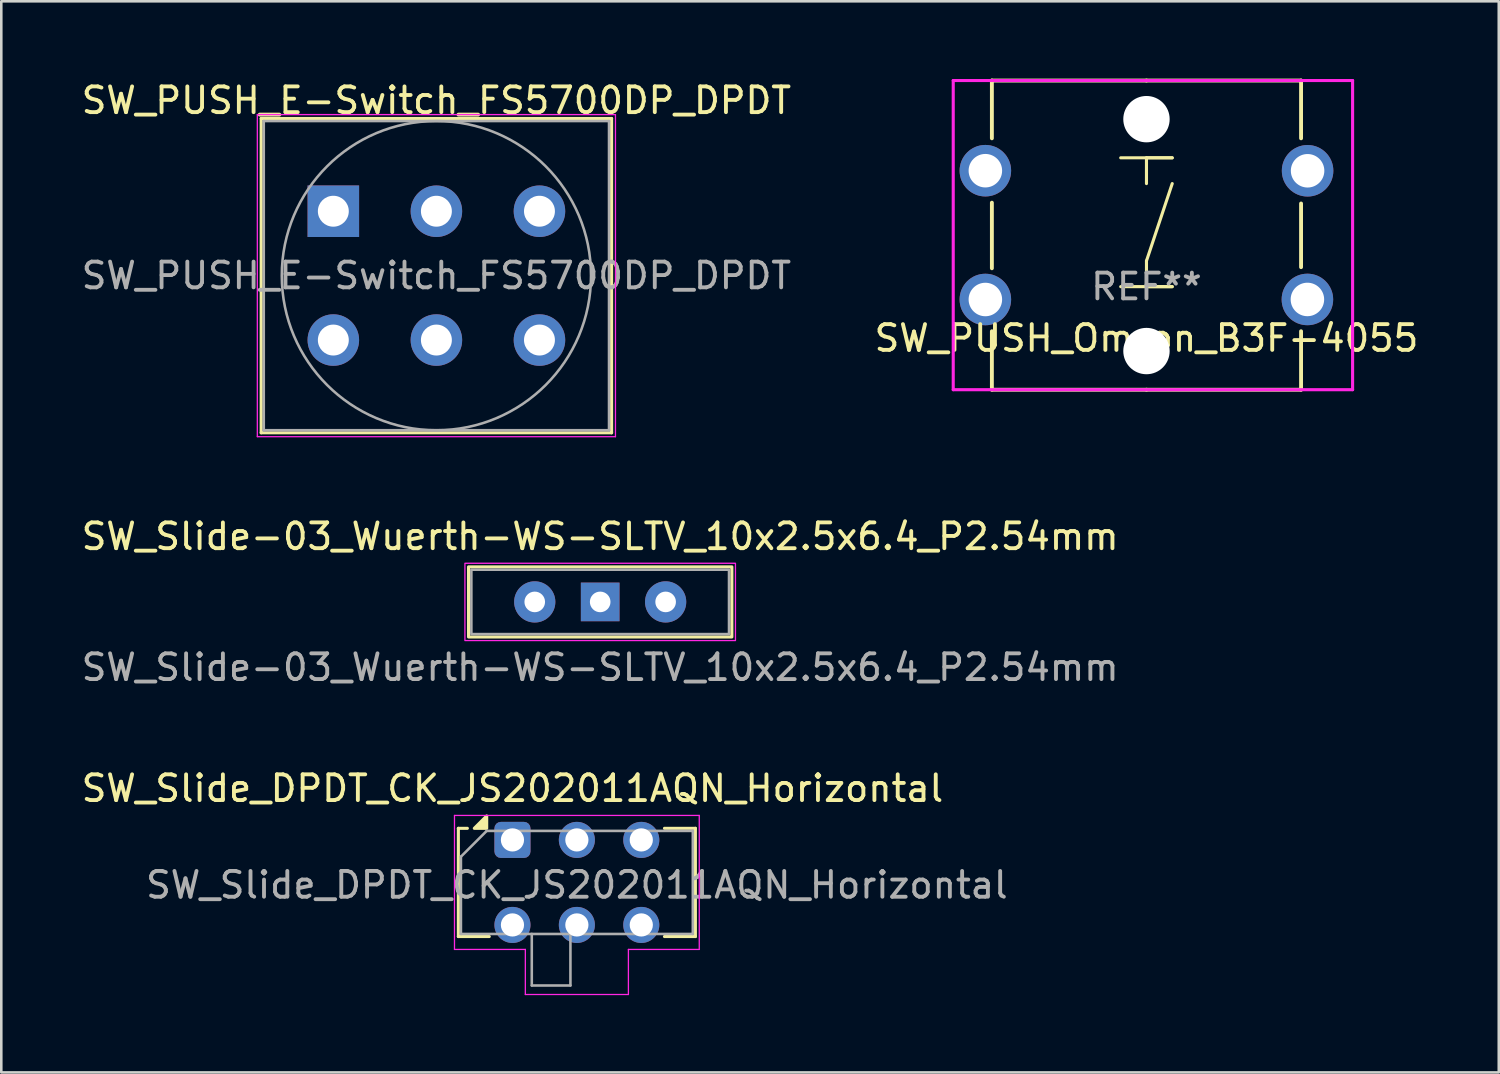
<source format=kicad_pcb>
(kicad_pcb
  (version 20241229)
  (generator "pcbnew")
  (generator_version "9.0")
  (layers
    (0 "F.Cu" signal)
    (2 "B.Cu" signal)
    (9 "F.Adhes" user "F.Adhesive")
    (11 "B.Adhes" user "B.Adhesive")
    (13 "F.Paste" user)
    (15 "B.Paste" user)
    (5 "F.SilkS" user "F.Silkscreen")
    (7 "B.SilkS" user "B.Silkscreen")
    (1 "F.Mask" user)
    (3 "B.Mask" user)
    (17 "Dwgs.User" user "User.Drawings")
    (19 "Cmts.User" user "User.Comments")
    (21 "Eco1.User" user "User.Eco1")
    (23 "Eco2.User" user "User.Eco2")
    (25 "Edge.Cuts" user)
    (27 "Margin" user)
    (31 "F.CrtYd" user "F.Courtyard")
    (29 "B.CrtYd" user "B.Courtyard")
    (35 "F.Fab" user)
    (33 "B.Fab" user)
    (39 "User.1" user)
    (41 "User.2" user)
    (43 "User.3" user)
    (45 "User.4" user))
  (footprint "SW_PUSH_E-Switch_FS5700DP_DPDT"
    (layer "F.Cu")
    (at 9.887 5.148)
    (property "Reference" "SW_PUSH_E-Switch_FS5700DP_DPDT" (at 4 -4.3 0) (layer "F.SilkS") (effects (font (size 1 1) (thickness 0.15))))
    (attr through_hole)
    (fp_line (start -2.8 -3.6) (end -2.8 8.6) (stroke (width 0.12) (type solid)) (layer "F.SilkS"))
    (fp_line (start -2.8 -3.6) (end 10.8 -3.6) (stroke (width 0.12) (type solid)) (layer "F.SilkS"))
    (fp_line (start 10.8 8.6) (end -2.8 8.6) (stroke (width 0.12) (type solid)) (layer "F.SilkS"))
    (fp_line (start 10.8 8.6) (end 10.8 -3.6) (stroke (width 0.12) (type solid)) (layer "F.SilkS"))
    (fp_line (start -2.95 -3.75) (end 10.95 -3.75) (stroke (width 0.05) (type solid)) (layer "F.CrtYd"))
    (fp_line (start -2.95 8.75) (end -2.95 -3.75) (stroke (width 0.05) (type solid)) (layer "F.CrtYd"))
    (fp_line (start 10.95 -3.75) (end 10.95 8.75) (stroke (width 0.05) (type solid)) (layer "F.CrtYd"))
    (fp_line (start 10.95 8.75) (end -2.95 8.75) (stroke (width 0.05) (type solid)) (layer "F.CrtYd"))
    (fp_line (start -2.7 -3.5) (end 10.7 -3.5) (stroke (width 0.1) (type solid)) (layer "F.Fab"))
    (fp_line (start -2.7 8.5) (end -2.7 -3.5) (stroke (width 0.1) (type solid)) (layer "F.Fab"))
    (fp_line (start 10.7 -3.5) (end 10.7 8.5) (stroke (width 0.1) (type solid)) (layer "F.Fab"))
    (fp_line (start 10.7 8.5) (end -2.7 8.5) (stroke (width 0.1) (type solid)) (layer "F.Fab"))
    (fp_circle (center 4 2.5) (end 10 2.6) (stroke (width 0.1) (type solid)) (fill no) (layer "F.Fab"))
    (fp_text user "${REFERENCE}" (at 4 2.5 0) (layer "F.Fab") (effects (font (size 1 1) (thickness 0.15))))
    (pad "1" thru_hole rect (at 0 0) (size 2 2) (drill 1.2) (layers "*.Cu" "*.Mask"))
    (pad "2" thru_hole circle (at 4 0) (size 2 2) (drill 1.2) (layers "*.Cu" "*.Mask"))
    (pad "3" thru_hole circle (at 8 0) (size 2 2) (drill 1.2) (layers "*.Cu" "*.Mask"))
    (pad "4" thru_hole circle (at 0 5) (size 2 2) (drill 1.2) (layers "*.Cu" "*.Mask"))
    (pad "5" thru_hole circle (at 4 5) (size 2 2) (drill 1.2) (layers "*.Cu" "*.Mask"))
    (pad "6" thru_hole circle (at 8 5) (size 2 2) (drill 1.2) (layers "*.Cu" "*.Mask")))
  (footprint "SW_Slide_DPDT_CK_JS202011AQN_Horizontal"
    (layer "F.Cu")
    (at 16.839 29.548)
    (property "Reference" "SW_Slide_DPDT_CK_JS202011AQN_Horizontal" (at 0 -2 0) (layer "F.SilkS") (effects (font (size 1 1) (thickness 0.15))))
    (attr through_hole)
    (fp_line (start -2.1 -0.45) (end -2.1 3.75) (stroke (width 0.12) (type solid)) (layer "F.SilkS"))
    (fp_line (start -2.1 3.75) (end -0.9 3.75) (stroke (width 0.12) (type solid)) (layer "F.SilkS"))
    (fp_line (start -1.75 -0.45) (end -2.1 -0.45) (stroke (width 0.12) (type solid)) (layer "F.SilkS"))
    (fp_line (start 5.9 -0.45) (end 7.1 -0.45) (stroke (width 0.12) (type solid)) (layer "F.SilkS"))
    (fp_line (start 7.1 -0.45) (end 7.1 3.75) (stroke (width 0.12) (type solid)) (layer "F.SilkS"))
    (fp_line (start 7.1 3.75) (end 5.9 3.75) (stroke (width 0.12) (type solid)) (layer "F.SilkS"))
    (fp_poly (pts (xy -1 -0.45) (xy -1.48 -0.45) (xy -1 -0.93) (xy -1 -0.45)) (stroke (width 0.12) (type solid)) (fill yes) (layer "F.SilkS"))
    (fp_line (start -2.25 -0.95) (end 7.25 -0.95) (stroke (width 0.05) (type solid)) (layer "F.CrtYd"))
    (fp_line (start -2.25 4.25) (end -2.25 -0.95) (stroke (width 0.05) (type solid)) (layer "F.CrtYd"))
    (fp_line (start 0.5 4.25) (end -2.25 4.25) (stroke (width 0.05) (type solid)) (layer "F.CrtYd"))
    (fp_line (start 0.5 4.25) (end 0.5 6) (stroke (width 0.05) (type solid)) (layer "F.CrtYd"))
    (fp_line (start 4.5 6) (end 0.5 6) (stroke (width 0.05) (type solid)) (layer "F.CrtYd"))
    (fp_line (start 4.5 6) (end 4.5 4.25) (stroke (width 0.05) (type solid)) (layer "F.CrtYd"))
    (fp_line (start 7.25 -0.95) (end 7.25 4.25) (stroke (width 0.05) (type solid)) (layer "F.CrtYd"))
    (fp_line (start 7.25 4.25) (end 4.5 4.25) (stroke (width 0.05) (type solid)) (layer "F.CrtYd"))
    (fp_line (start -2 3.65) (end -2 0.65) (stroke (width 0.1) (type solid)) (layer "F.Fab"))
    (fp_line (start -1 -0.35) (end -2 0.65) (stroke (width 0.1) (type solid)) (layer "F.Fab"))
    (fp_line (start -1 -0.35) (end 7 -0.35) (stroke (width 0.1) (type solid)) (layer "F.Fab"))
    (fp_line (start 0.75 3.65) (end 0.75 5.65) (stroke (width 0.1) (type solid)) (layer "F.Fab"))
    (fp_line (start 0.75 5.65) (end 2.25 5.65) (stroke (width 0.1) (type solid)) (layer "F.Fab"))
    (fp_line (start 2.25 5.65) (end 2.25 3.65) (stroke (width 0.1) (type solid)) (layer "F.Fab"))
    (fp_line (start 7 -0.35) (end 7 3.65) (stroke (width 0.1) (type solid)) (layer "F.Fab"))
    (fp_line (start 7 3.65) (end -2 3.65) (stroke (width 0.1) (type solid)) (layer "F.Fab"))
    (fp_text user "${REFERENCE}" (at 2.5 1.75 0) (layer "F.Fab") (effects (font (size 1 1) (thickness 0.15))))
    (pad "1" thru_hole roundrect (at 0 0) (size 1.4 1.4) (drill 0.9) (layers "*.Cu" "*.Mask") (roundrect_rratio 0.179))
    (pad "2" thru_hole circle (at 2.5 0) (size 1.4 1.4) (drill 0.9) (layers "*.Cu" "*.Mask"))
    (pad "3" thru_hole circle (at 5 0) (size 1.4 1.4) (drill 0.9) (layers "*.Cu" "*.Mask"))
    (pad "4" thru_hole circle (at 5 3.3) (size 1.4 1.4) (drill 0.9) (layers "*.Cu" "*.Mask"))
    (pad "5" thru_hole circle (at 2.5 3.3) (size 1.4 1.4) (drill 0.9) (layers "*.Cu" "*.Mask"))
    (pad "6" thru_hole circle (at 0 3.3) (size 1.4 1.4) (drill 0.9) (layers "*.Cu" "*.Mask")))
  (footprint "SW_PUSH_Omron_B3F-4055"
    (layer "F.Cu")
    (at 41.446 6.075)
    (property "Reference" "SW_PUSH_Omron_B3F-4055" (at 0 4 0) (layer "F.SilkS") (effects (font (size 1 1) (thickness 0.15))))
    (attr through_hole)
    (fp_line (start -6 -6) (end -6 -3.757) (stroke (width 0.15) (type solid)) (layer "F.SilkS"))
    (fp_line (start -6 -6) (end 0 -6) (stroke (width 0.15) (type solid)) (layer "F.SilkS"))
    (fp_line (start -6 -1.259) (end -6 1.287) (stroke (width 0.15) (type solid)) (layer "F.SilkS"))
    (fp_line (start -6 6) (end -6 3.732) (stroke (width 0.15) (type solid)) (layer "F.SilkS"))
    (fp_line (start -6 6) (end 0 6) (stroke (width 0.15) (type solid)) (layer "F.SilkS"))
    (fp_line (start -1 -3) (end 1 -3) (stroke (width 0.12) (type solid)) (layer "F.SilkS"))
    (fp_line (start -1 2) (end 1 2) (stroke (width 0.12) (type solid)) (layer "F.SilkS"))
    (fp_line (start 0 -6) (end -6 -6) (stroke (width 0.12) (type solid)) (layer "F.SilkS"))
    (fp_line (start 0 -6) (end 6 -6) (stroke (width 0.15) (type solid)) (layer "F.SilkS"))
    (fp_line (start 0 -3) (end 0 -2) (stroke (width 0.12) (type solid)) (layer "F.SilkS"))
    (fp_line (start 0 1) (end 1 -2) (stroke (width 0.12) (type solid)) (layer "F.SilkS"))
    (fp_line (start 0 2) (end 0 1) (stroke (width 0.12) (type solid)) (layer "F.SilkS"))
    (fp_line (start 0 6) (end 6 6) (stroke (width 0.15) (type solid)) (layer "F.SilkS"))
    (fp_line (start 1 -3) (end 0 -3) (stroke (width 0.12) (type solid)) (layer "F.SilkS"))
    (fp_line (start 1 2) (end 0 2) (stroke (width 0.12) (type solid)) (layer "F.SilkS"))
    (fp_line (start 6 -6) (end 6 -3.757) (stroke (width 0.15) (type solid)) (layer "F.SilkS"))
    (fp_line (start 6 -1.227) (end 6 1.244) (stroke (width 0.15) (type solid)) (layer "F.SilkS"))
    (fp_line (start 6 3.731) (end 6 6) (stroke (width 0.15) (type solid)) (layer "F.SilkS"))
    (fp_line (start -7.5 -6) (end -7.5 6) (stroke (width 0.12) (type solid)) (layer "F.CrtYd"))
    (fp_line (start -7.5 6) (end 8 6) (stroke (width 0.12) (type solid)) (layer "F.CrtYd"))
    (fp_line (start 8 -6) (end -7.5 -6) (stroke (width 0.12) (type solid)) (layer "F.CrtYd"))
    (fp_line (start 8 6) (end 8 -6) (stroke (width 0.12) (type solid)) (layer "F.CrtYd"))
    (fp_text user "REF**" (at 0 2 0) (layer "F.Fab") (effects (font (size 1 1) (thickness 0.15))))
    (pad "" np_thru_hole circle (at 0 -4.5) (size 1.8 1.8) (drill 1.8) (layers "*.Cu"))
    (pad "" np_thru_hole circle (at 0 4.5) (size 1.8 1.8) (drill 1.8) (layers "*.Cu"))
    (pad "1" thru_hole circle (at -6.253 2.499) (size 2 2) (drill 1.3) (layers "*.Cu" "*.Mask"))
    (pad "2" thru_hole circle (at 6.246 2.497) (size 2 2) (drill 1.3) (layers "*.Cu" "*.Mask"))
    (pad "3" thru_hole circle (at 6.253 -2.497) (size 2 2) (drill 1.3) (layers "*.Cu" "*.Mask"))
    (pad "4" thru_hole circle (at -6.253 -2.5) (size 2 2) (drill 1.3) (layers "*.Cu" "*.Mask")))
  (footprint "SW_Slide-03_Wuerth-WS-SLTV_10x2.5x6.4_P2.54mm"
    (layer "F.Cu")
    (at 20.244 20.311)
    (property "Reference" "SW_Slide-03_Wuerth-WS-SLTV_10x2.5x6.4_P2.54mm" (at 0 -2.54 0) (layer "F.SilkS") (effects (font (size 1 1) (thickness 0.15))))
    (attr through_hole)
    (fp_rect (start -5.11 -1.36) (end 5.11 1.36) (stroke (width 0.12) (type default)) (fill no) (layer "F.SilkS"))
    (fp_rect (start -5.25 -1.5) (end 5.25 1.5) (stroke (width 0.05) (type default)) (fill no) (layer "F.CrtYd"))
    (fp_rect (start -5 -1.25) (end 5 1.25) (stroke (width 0.1) (type default)) (fill no) (layer "F.Fab"))
    (fp_text user "${REFERENCE}" (at 0 2.54 0) (layer "F.Fab") (effects (font (size 1 1) (thickness 0.15))))
    (pad "1" thru_hole rect (at 0 0) (size 1.5 1.5) (drill 0.8) (layers "*.Cu" "*.Mask"))
    (pad "2" thru_hole circle (at -2.54 0) (size 1.6 1.6) (drill 0.8) (layers "*.Cu" "*.Mask"))
    (pad "3" thru_hole circle (at 2.54 0) (size 1.6 1.6) (drill 0.8) (layers "*.Cu" "*.Mask")))
  (gr_rect
    (start -3 -3)
    (end 55.119 38.573)
    (stroke (width 0.1) (type default))
    (fill no)
    (layer "Edge.Cuts")))
</source>
